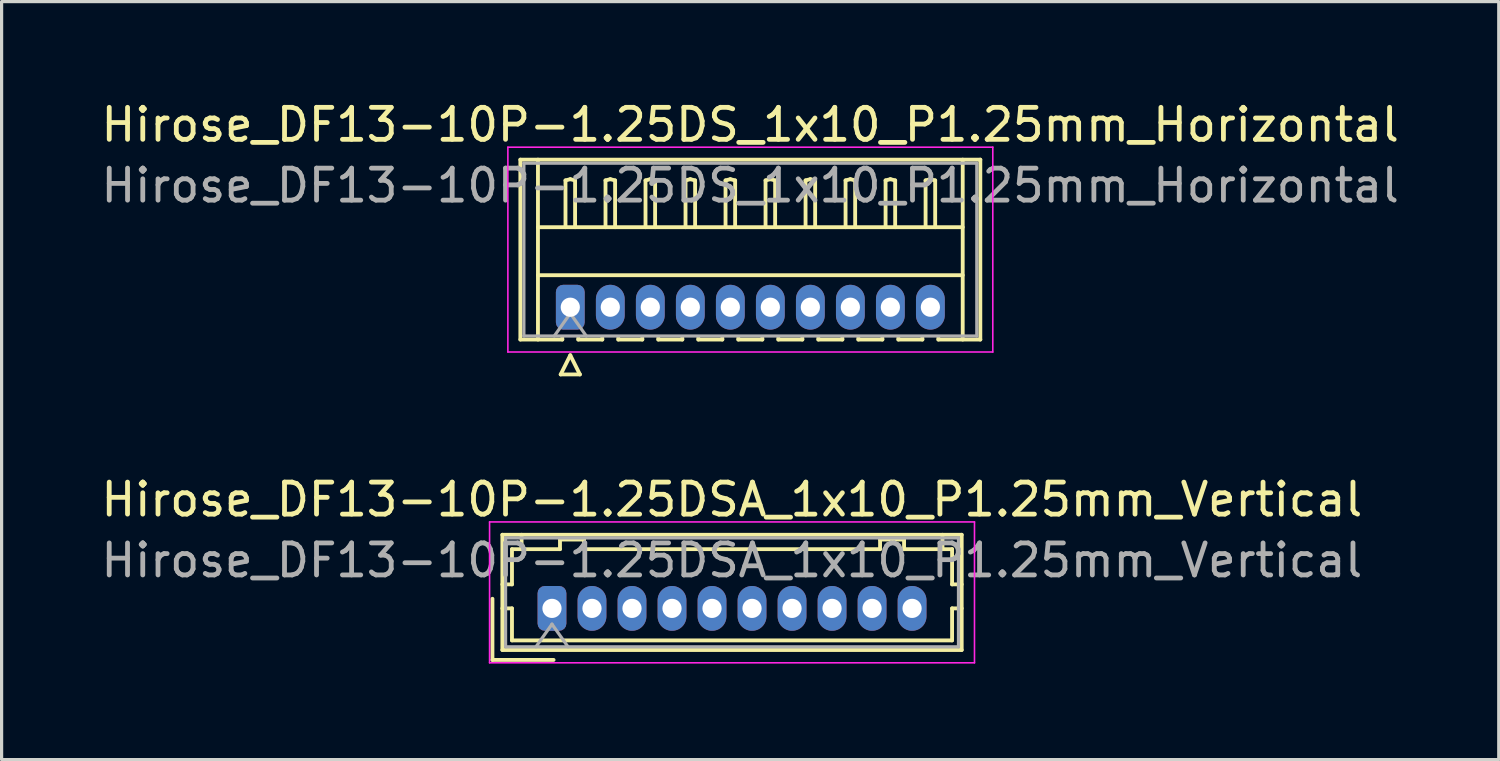
<source format=kicad_pcb>
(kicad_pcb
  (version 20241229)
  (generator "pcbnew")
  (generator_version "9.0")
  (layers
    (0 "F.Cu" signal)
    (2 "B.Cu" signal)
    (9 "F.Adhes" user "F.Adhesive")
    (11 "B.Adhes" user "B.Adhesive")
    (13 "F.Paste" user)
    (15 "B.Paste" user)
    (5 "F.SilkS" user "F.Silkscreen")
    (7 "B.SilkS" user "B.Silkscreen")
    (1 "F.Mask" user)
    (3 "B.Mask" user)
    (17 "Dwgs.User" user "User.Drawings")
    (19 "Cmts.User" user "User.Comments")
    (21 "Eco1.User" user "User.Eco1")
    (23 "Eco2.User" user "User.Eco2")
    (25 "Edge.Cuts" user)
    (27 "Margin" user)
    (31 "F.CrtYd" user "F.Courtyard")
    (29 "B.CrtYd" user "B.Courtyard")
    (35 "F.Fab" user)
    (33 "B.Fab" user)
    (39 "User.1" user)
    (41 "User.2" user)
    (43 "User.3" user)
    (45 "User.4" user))
  (footprint "Hirose_DF13-10P-1.25DSA_1x10_P1.25mm_Vertical"
    (layer "F.Cu")
    (at 14.195 15.957)
    (property "Reference" "Hirose_DF13-10P-1.25DSA_1x10_P1.25mm_Vertical" (at 5.62 -3.4 0) (layer "F.SilkS") (effects (font (size 1 1) (thickness 0.15))))
    (attr through_hole)
    (fp_line (start -1.86 -0.3) (end -1.86 1.61) (stroke (width 0.12) (type solid)) (layer "F.SilkS"))
    (fp_line (start -1.86 1.61) (end 0.05 1.61) (stroke (width 0.12) (type solid)) (layer "F.SilkS"))
    (fp_line (start -1.55 -2.3) (end -1.55 1.3) (stroke (width 0.12) (type solid)) (layer "F.SilkS"))
    (fp_line (start -1.55 -0.75) (end -1.25 -0.75) (stroke (width 0.12) (type solid)) (layer "F.SilkS"))
    (fp_line (start -1.55 0) (end -1.25 0) (stroke (width 0.12) (type solid)) (layer "F.SilkS"))
    (fp_line (start -1.55 1.3) (end 12.8 1.3) (stroke (width 0.12) (type solid)) (layer "F.SilkS"))
    (fp_line (start -1.25 -1.85) (end -0.95 -1.85) (stroke (width 0.12) (type solid)) (layer "F.SilkS"))
    (fp_line (start -1.25 -0.75) (end -1.25 -1.85) (stroke (width 0.12) (type solid)) (layer "F.SilkS"))
    (fp_line (start -1.25 0) (end -1.25 1) (stroke (width 0.12) (type solid)) (layer "F.SilkS"))
    (fp_line (start -1.25 1) (end 12.5 1) (stroke (width 0.12) (type solid)) (layer "F.SilkS"))
    (fp_line (start -0.95 -1.85) (end -0.95 -2.3) (stroke (width 0.12) (type solid)) (layer "F.SilkS"))
    (fp_line (start -0.95 -1.85) (end 0.25 -1.85) (stroke (width 0.12) (type solid)) (layer "F.SilkS"))
    (fp_line (start 0.25 -2.15) (end 1 -2.15) (stroke (width 0.12) (type solid)) (layer "F.SilkS"))
    (fp_line (start 0.25 -1.85) (end 0.25 -2.15) (stroke (width 0.12) (type solid)) (layer "F.SilkS"))
    (fp_line (start 1 -2.15) (end 1 -1.85) (stroke (width 0.12) (type solid)) (layer "F.SilkS"))
    (fp_line (start 1 -1.85) (end 10.25 -1.85) (stroke (width 0.12) (type solid)) (layer "F.SilkS"))
    (fp_line (start 10.25 -2.15) (end 11 -2.15) (stroke (width 0.12) (type solid)) (layer "F.SilkS"))
    (fp_line (start 10.25 -1.85) (end 10.25 -2.15) (stroke (width 0.12) (type solid)) (layer "F.SilkS"))
    (fp_line (start 11 -2.15) (end 11 -1.85) (stroke (width 0.12) (type solid)) (layer "F.SilkS"))
    (fp_line (start 11 -1.85) (end 12.2 -1.85) (stroke (width 0.12) (type solid)) (layer "F.SilkS"))
    (fp_line (start 12.2 -1.85) (end 12.2 -2.3) (stroke (width 0.12) (type solid)) (layer "F.SilkS"))
    (fp_line (start 12.5 -1.85) (end 12.2 -1.85) (stroke (width 0.12) (type solid)) (layer "F.SilkS"))
    (fp_line (start 12.5 -0.75) (end 12.5 -1.85) (stroke (width 0.12) (type solid)) (layer "F.SilkS"))
    (fp_line (start 12.5 0) (end 12.8 0) (stroke (width 0.12) (type solid)) (layer "F.SilkS"))
    (fp_line (start 12.5 1) (end 12.5 0) (stroke (width 0.12) (type solid)) (layer "F.SilkS"))
    (fp_line (start 12.8 -2.3) (end -1.55 -2.3) (stroke (width 0.12) (type solid)) (layer "F.SilkS"))
    (fp_line (start 12.8 -0.75) (end 12.5 -0.75) (stroke (width 0.12) (type solid)) (layer "F.SilkS"))
    (fp_line (start 12.8 1.3) (end 12.8 -2.3) (stroke (width 0.12) (type solid)) (layer "F.SilkS"))
    (fp_line (start -1.95 -2.7) (end -1.95 1.7) (stroke (width 0.05) (type solid)) (layer "F.CrtYd"))
    (fp_line (start -1.95 1.7) (end 13.2 1.7) (stroke (width 0.05) (type solid)) (layer "F.CrtYd"))
    (fp_line (start 13.2 -2.7) (end -1.95 -2.7) (stroke (width 0.05) (type solid)) (layer "F.CrtYd"))
    (fp_line (start 13.2 1.7) (end 13.2 -2.7) (stroke (width 0.05) (type solid)) (layer "F.CrtYd"))
    (fp_line (start -1.45 -2.2) (end -1.45 1.2) (stroke (width 0.1) (type solid)) (layer "F.Fab"))
    (fp_line (start -1.45 1.2) (end 12.7 1.2) (stroke (width 0.1) (type solid)) (layer "F.Fab"))
    (fp_line (start -0.5 1.2) (end 0 0.493) (stroke (width 0.1) (type solid)) (layer "F.Fab"))
    (fp_line (start 0 0.493) (end 0.5 1.2) (stroke (width 0.1) (type solid)) (layer "F.Fab"))
    (fp_line (start 12.7 -2.2) (end -1.45 -2.2) (stroke (width 0.1) (type solid)) (layer "F.Fab"))
    (fp_line (start 12.7 1.2) (end 12.7 -2.2) (stroke (width 0.1) (type solid)) (layer "F.Fab"))
    (fp_text user "${REFERENCE}" (at 5.62 -1.5 0) (layer "F.Fab") (effects (font (size 1 1) (thickness 0.15))))
    (pad "1" thru_hole roundrect (at 0 0) (size 0.9 1.4) (drill 0.6) (layers "*.Cu" "*.Mask") (roundrect_rratio 0.25))
    (pad "2" thru_hole oval (at 1.25 0) (size 0.9 1.4) (drill 0.6) (layers "*.Cu" "*.Mask"))
    (pad "3" thru_hole oval (at 2.5 0) (size 0.9 1.4) (drill 0.6) (layers "*.Cu" "*.Mask"))
    (pad "4" thru_hole oval (at 3.75 0) (size 0.9 1.4) (drill 0.6) (layers "*.Cu" "*.Mask"))
    (pad "5" thru_hole oval (at 5 0) (size 0.9 1.4) (drill 0.6) (layers "*.Cu" "*.Mask"))
    (pad "6" thru_hole oval (at 6.25 0) (size 0.9 1.4) (drill 0.6) (layers "*.Cu" "*.Mask"))
    (pad "7" thru_hole oval (at 7.5 0) (size 0.9 1.4) (drill 0.6) (layers "*.Cu" "*.Mask"))
    (pad "8" thru_hole oval (at 8.75 0) (size 0.9 1.4) (drill 0.6) (layers "*.Cu" "*.Mask"))
    (pad "9" thru_hole oval (at 10 0) (size 0.9 1.4) (drill 0.6) (layers "*.Cu" "*.Mask"))
    (pad "10" thru_hole oval (at 11.25 0) (size 0.9 1.4) (drill 0.6) (layers "*.Cu" "*.Mask")))
  (footprint "Hirose_DF13-10P-1.25DS_1x10_P1.25mm_Horizontal"
    (layer "F.Cu")
    (at 14.767 6.548)
    (property "Reference" "Hirose_DF13-10P-1.25DS_1x10_P1.25mm_Horizontal" (at 5.62 -5.7 0) (layer "F.SilkS") (effects (font (size 1 1) (thickness 0.15))))
    (attr through_hole)
    (fp_line (start -1.56 -4.61) (end 12.81 -4.61) (stroke (width 0.12) (type solid)) (layer "F.SilkS"))
    (fp_line (start -1.56 1.01) (end -1.56 -4.61) (stroke (width 0.12) (type solid)) (layer "F.SilkS"))
    (fp_line (start -1.01 -4.61) (end -1.01 1.01) (stroke (width 0.12) (type solid)) (layer "F.SilkS"))
    (fp_line (start -1.01 -2.5) (end 12.26 -2.5) (stroke (width 0.12) (type solid)) (layer "F.SilkS"))
    (fp_line (start -1.01 -1) (end 12.26 -1) (stroke (width 0.12) (type solid)) (layer "F.SilkS"))
    (fp_line (start -0.3 2.1) (end 0.3 2.1) (stroke (width 0.12) (type solid)) (layer "F.SilkS"))
    (fp_line (start -0.25 0.96) (end -0.25 1.01) (stroke (width 0.12) (type solid)) (layer "F.SilkS"))
    (fp_line (start -0.25 1.01) (end -1.56 1.01) (stroke (width 0.12) (type solid)) (layer "F.SilkS"))
    (fp_line (start -0.15 -3.962) (end 0 -4) (stroke (width 0.12) (type solid)) (layer "F.SilkS"))
    (fp_line (start -0.15 -2.5) (end -0.15 -3.962) (stroke (width 0.12) (type solid)) (layer "F.SilkS"))
    (fp_line (start 0 -4) (end 0.15 -3.962) (stroke (width 0.12) (type solid)) (layer "F.SilkS"))
    (fp_line (start 0 1.5) (end -0.3 2.1) (stroke (width 0.12) (type solid)) (layer "F.SilkS"))
    (fp_line (start 0.15 -3.962) (end 0.15 -2.5) (stroke (width 0.12) (type solid)) (layer "F.SilkS"))
    (fp_line (start 0.25 0.96) (end 0.25 1.01) (stroke (width 0.12) (type solid)) (layer "F.SilkS"))
    (fp_line (start 0.25 1.01) (end 1 1.01) (stroke (width 0.12) (type solid)) (layer "F.SilkS"))
    (fp_line (start 0.3 2.1) (end 0 1.5) (stroke (width 0.12) (type solid)) (layer "F.SilkS"))
    (fp_line (start 1 1.01) (end 1 0.96) (stroke (width 0.12) (type solid)) (layer "F.SilkS"))
    (fp_line (start 1.1 -3.962) (end 1.25 -4) (stroke (width 0.12) (type solid)) (layer "F.SilkS"))
    (fp_line (start 1.1 -2.5) (end 1.1 -3.962) (stroke (width 0.12) (type solid)) (layer "F.SilkS"))
    (fp_line (start 1.25 -4) (end 1.4 -3.962) (stroke (width 0.12) (type solid)) (layer "F.SilkS"))
    (fp_line (start 1.4 -3.962) (end 1.4 -2.5) (stroke (width 0.12) (type solid)) (layer "F.SilkS"))
    (fp_line (start 1.5 0.96) (end 1.5 1.01) (stroke (width 0.12) (type solid)) (layer "F.SilkS"))
    (fp_line (start 1.5 1.01) (end 2.25 1.01) (stroke (width 0.12) (type solid)) (layer "F.SilkS"))
    (fp_line (start 2.25 1.01) (end 2.25 0.96) (stroke (width 0.12) (type solid)) (layer "F.SilkS"))
    (fp_line (start 2.35 -3.962) (end 2.5 -4) (stroke (width 0.12) (type solid)) (layer "F.SilkS"))
    (fp_line (start 2.35 -2.5) (end 2.35 -3.962) (stroke (width 0.12) (type solid)) (layer "F.SilkS"))
    (fp_line (start 2.5 -4) (end 2.65 -3.962) (stroke (width 0.12) (type solid)) (layer "F.SilkS"))
    (fp_line (start 2.65 -3.962) (end 2.65 -2.5) (stroke (width 0.12) (type solid)) (layer "F.SilkS"))
    (fp_line (start 2.75 0.96) (end 2.75 1.01) (stroke (width 0.12) (type solid)) (layer "F.SilkS"))
    (fp_line (start 2.75 1.01) (end 3.5 1.01) (stroke (width 0.12) (type solid)) (layer "F.SilkS"))
    (fp_line (start 3.5 1.01) (end 3.5 0.96) (stroke (width 0.12) (type solid)) (layer "F.SilkS"))
    (fp_line (start 3.6 -3.962) (end 3.75 -4) (stroke (width 0.12) (type solid)) (layer "F.SilkS"))
    (fp_line (start 3.6 -2.5) (end 3.6 -3.962) (stroke (width 0.12) (type solid)) (layer "F.SilkS"))
    (fp_line (start 3.75 -4) (end 3.9 -3.962) (stroke (width 0.12) (type solid)) (layer "F.SilkS"))
    (fp_line (start 3.9 -3.962) (end 3.9 -2.5) (stroke (width 0.12) (type solid)) (layer "F.SilkS"))
    (fp_line (start 4 0.96) (end 4 1.01) (stroke (width 0.12) (type solid)) (layer "F.SilkS"))
    (fp_line (start 4 1.01) (end 4.75 1.01) (stroke (width 0.12) (type solid)) (layer "F.SilkS"))
    (fp_line (start 4.75 1.01) (end 4.75 0.96) (stroke (width 0.12) (type solid)) (layer "F.SilkS"))
    (fp_line (start 4.85 -3.962) (end 5 -4) (stroke (width 0.12) (type solid)) (layer "F.SilkS"))
    (fp_line (start 4.85 -2.5) (end 4.85 -3.962) (stroke (width 0.12) (type solid)) (layer "F.SilkS"))
    (fp_line (start 5 -4) (end 5.15 -3.962) (stroke (width 0.12) (type solid)) (layer "F.SilkS"))
    (fp_line (start 5.15 -3.962) (end 5.15 -2.5) (stroke (width 0.12) (type solid)) (layer "F.SilkS"))
    (fp_line (start 5.25 0.96) (end 5.25 1.01) (stroke (width 0.12) (type solid)) (layer "F.SilkS"))
    (fp_line (start 5.25 1.01) (end 6 1.01) (stroke (width 0.12) (type solid)) (layer "F.SilkS"))
    (fp_line (start 6 1.01) (end 6 0.96) (stroke (width 0.12) (type solid)) (layer "F.SilkS"))
    (fp_line (start 6.1 -3.962) (end 6.25 -4) (stroke (width 0.12) (type solid)) (layer "F.SilkS"))
    (fp_line (start 6.1 -2.5) (end 6.1 -3.962) (stroke (width 0.12) (type solid)) (layer "F.SilkS"))
    (fp_line (start 6.25 -4) (end 6.4 -3.962) (stroke (width 0.12) (type solid)) (layer "F.SilkS"))
    (fp_line (start 6.4 -3.962) (end 6.4 -2.5) (stroke (width 0.12) (type solid)) (layer "F.SilkS"))
    (fp_line (start 6.5 0.96) (end 6.5 1.01) (stroke (width 0.12) (type solid)) (layer "F.SilkS"))
    (fp_line (start 6.5 1.01) (end 7.25 1.01) (stroke (width 0.12) (type solid)) (layer "F.SilkS"))
    (fp_line (start 7.25 1.01) (end 7.25 0.96) (stroke (width 0.12) (type solid)) (layer "F.SilkS"))
    (fp_line (start 7.35 -3.962) (end 7.5 -4) (stroke (width 0.12) (type solid)) (layer "F.SilkS"))
    (fp_line (start 7.35 -2.5) (end 7.35 -3.962) (stroke (width 0.12) (type solid)) (layer "F.SilkS"))
    (fp_line (start 7.5 -4) (end 7.65 -3.962) (stroke (width 0.12) (type solid)) (layer "F.SilkS"))
    (fp_line (start 7.65 -3.962) (end 7.65 -2.5) (stroke (width 0.12) (type solid)) (layer "F.SilkS"))
    (fp_line (start 7.75 0.96) (end 7.75 1.01) (stroke (width 0.12) (type solid)) (layer "F.SilkS"))
    (fp_line (start 7.75 1.01) (end 8.5 1.01) (stroke (width 0.12) (type solid)) (layer "F.SilkS"))
    (fp_line (start 8.5 1.01) (end 8.5 0.96) (stroke (width 0.12) (type solid)) (layer "F.SilkS"))
    (fp_line (start 8.6 -3.962) (end 8.75 -4) (stroke (width 0.12) (type solid)) (layer "F.SilkS"))
    (fp_line (start 8.6 -2.5) (end 8.6 -3.962) (stroke (width 0.12) (type solid)) (layer "F.SilkS"))
    (fp_line (start 8.75 -4) (end 8.9 -3.962) (stroke (width 0.12) (type solid)) (layer "F.SilkS"))
    (fp_line (start 8.9 -3.962) (end 8.9 -2.5) (stroke (width 0.12) (type solid)) (layer "F.SilkS"))
    (fp_line (start 9 0.96) (end 9 1.01) (stroke (width 0.12) (type solid)) (layer "F.SilkS"))
    (fp_line (start 9 1.01) (end 9.75 1.01) (stroke (width 0.12) (type solid)) (layer "F.SilkS"))
    (fp_line (start 9.75 1.01) (end 9.75 0.96) (stroke (width 0.12) (type solid)) (layer "F.SilkS"))
    (fp_line (start 9.85 -3.962) (end 10 -4) (stroke (width 0.12) (type solid)) (layer "F.SilkS"))
    (fp_line (start 9.85 -2.5) (end 9.85 -3.962) (stroke (width 0.12) (type solid)) (layer "F.SilkS"))
    (fp_line (start 10 -4) (end 10.15 -3.962) (stroke (width 0.12) (type solid)) (layer "F.SilkS"))
    (fp_line (start 10.15 -3.962) (end 10.15 -2.5) (stroke (width 0.12) (type solid)) (layer "F.SilkS"))
    (fp_line (start 10.25 0.96) (end 10.25 1.01) (stroke (width 0.12) (type solid)) (layer "F.SilkS"))
    (fp_line (start 10.25 1.01) (end 11 1.01) (stroke (width 0.12) (type solid)) (layer "F.SilkS"))
    (fp_line (start 11 1.01) (end 11 0.96) (stroke (width 0.12) (type solid)) (layer "F.SilkS"))
    (fp_line (start 11.1 -3.962) (end 11.25 -4) (stroke (width 0.12) (type solid)) (layer "F.SilkS"))
    (fp_line (start 11.1 -2.5) (end 11.1 -3.962) (stroke (width 0.12) (type solid)) (layer "F.SilkS"))
    (fp_line (start 11.25 -4) (end 11.4 -3.962) (stroke (width 0.12) (type solid)) (layer "F.SilkS"))
    (fp_line (start 11.4 -3.962) (end 11.4 -2.5) (stroke (width 0.12) (type solid)) (layer "F.SilkS"))
    (fp_line (start 11.5 1.01) (end 11.5 0.96) (stroke (width 0.12) (type solid)) (layer "F.SilkS"))
    (fp_line (start 12.26 -4.61) (end 12.26 1.01) (stroke (width 0.12) (type solid)) (layer "F.SilkS"))
    (fp_line (start 12.81 -4.61) (end 12.81 1.01) (stroke (width 0.12) (type solid)) (layer "F.SilkS"))
    (fp_line (start 12.81 1.01) (end 11.5 1.01) (stroke (width 0.12) (type solid)) (layer "F.SilkS"))
    (fp_line (start -1.95 -5) (end -1.95 1.4) (stroke (width 0.05) (type solid)) (layer "F.CrtYd"))
    (fp_line (start -1.95 1.4) (end 13.2 1.4) (stroke (width 0.05) (type solid)) (layer "F.CrtYd"))
    (fp_line (start 13.2 -5) (end -1.95 -5) (stroke (width 0.05) (type solid)) (layer "F.CrtYd"))
    (fp_line (start 13.2 1.4) (end 13.2 -5) (stroke (width 0.05) (type solid)) (layer "F.CrtYd"))
    (fp_line (start -1.45 -4.5) (end -1.45 0.9) (stroke (width 0.1) (type solid)) (layer "F.Fab"))
    (fp_line (start -1.45 0.9) (end 12.7 0.9) (stroke (width 0.1) (type solid)) (layer "F.Fab"))
    (fp_line (start -0.5 0.9) (end 0 0.193) (stroke (width 0.1) (type solid)) (layer "F.Fab"))
    (fp_line (start 0 0.193) (end 0.5 0.9) (stroke (width 0.1) (type solid)) (layer "F.Fab"))
    (fp_line (start 12.7 -4.5) (end -1.45 -4.5) (stroke (width 0.1) (type solid)) (layer "F.Fab"))
    (fp_line (start 12.7 0.9) (end 12.7 -4.5) (stroke (width 0.1) (type solid)) (layer "F.Fab"))
    (fp_text user "${REFERENCE}" (at 5.62 -3.8 0) (layer "F.Fab") (effects (font (size 1 1) (thickness 0.15))))
    (pad "1" thru_hole roundrect (at 0 0) (size 0.9 1.4) (drill 0.6) (layers "*.Cu" "*.Mask") (roundrect_rratio 0.25))
    (pad "2" thru_hole oval (at 1.25 0) (size 0.9 1.4) (drill 0.6) (layers "*.Cu" "*.Mask"))
    (pad "3" thru_hole oval (at 2.5 0) (size 0.9 1.4) (drill 0.6) (layers "*.Cu" "*.Mask"))
    (pad "4" thru_hole oval (at 3.75 0) (size 0.9 1.4) (drill 0.6) (layers "*.Cu" "*.Mask"))
    (pad "5" thru_hole oval (at 5 0) (size 0.9 1.4) (drill 0.6) (layers "*.Cu" "*.Mask"))
    (pad "6" thru_hole oval (at 6.25 0) (size 0.9 1.4) (drill 0.6) (layers "*.Cu" "*.Mask"))
    (pad "7" thru_hole oval (at 7.5 0) (size 0.9 1.4) (drill 0.6) (layers "*.Cu" "*.Mask"))
    (pad "8" thru_hole oval (at 8.75 0) (size 0.9 1.4) (drill 0.6) (layers "*.Cu" "*.Mask"))
    (pad "9" thru_hole oval (at 10 0) (size 0.9 1.4) (drill 0.6) (layers "*.Cu" "*.Mask"))
    (pad "10" thru_hole oval (at 11.25 0) (size 0.9 1.4) (drill 0.6) (layers "*.Cu" "*.Mask")))
  (gr_rect
    (start -3 -3)
    (end 43.774 20.681)
    (stroke (width 0.1) (type default))
    (fill no)
    (layer "Edge.Cuts")))
</source>
